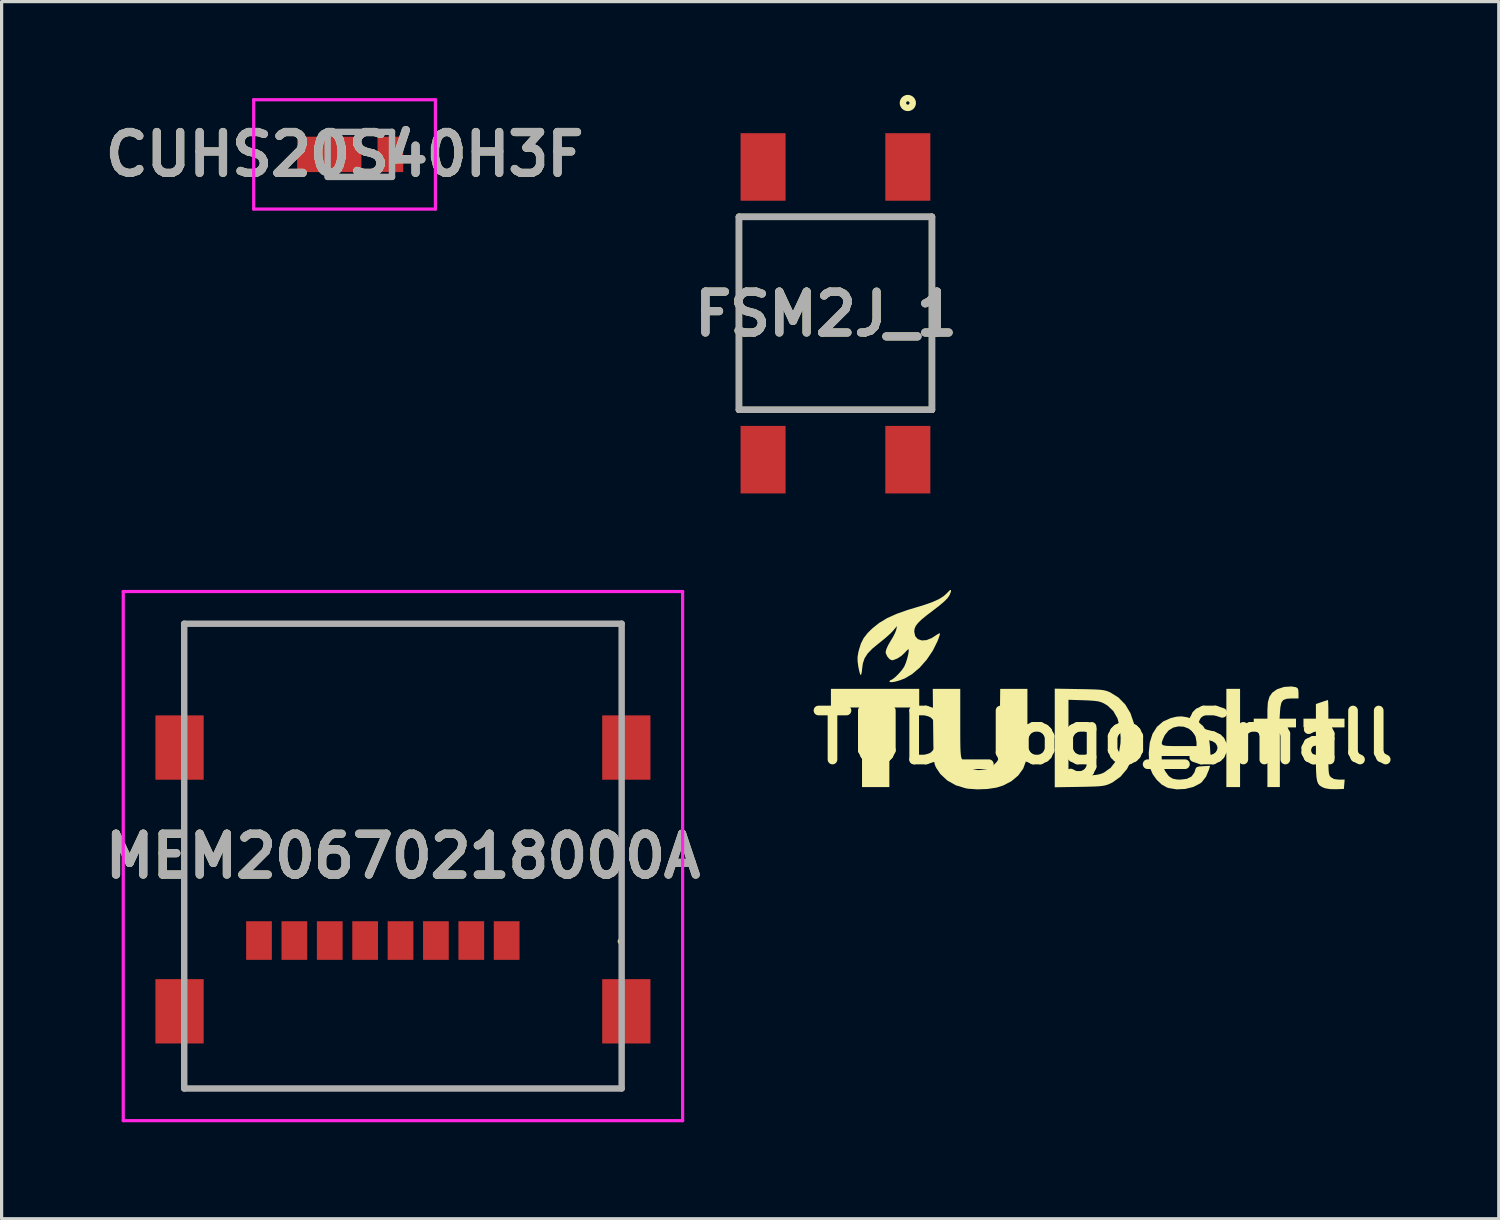
<source format=kicad_pcb>
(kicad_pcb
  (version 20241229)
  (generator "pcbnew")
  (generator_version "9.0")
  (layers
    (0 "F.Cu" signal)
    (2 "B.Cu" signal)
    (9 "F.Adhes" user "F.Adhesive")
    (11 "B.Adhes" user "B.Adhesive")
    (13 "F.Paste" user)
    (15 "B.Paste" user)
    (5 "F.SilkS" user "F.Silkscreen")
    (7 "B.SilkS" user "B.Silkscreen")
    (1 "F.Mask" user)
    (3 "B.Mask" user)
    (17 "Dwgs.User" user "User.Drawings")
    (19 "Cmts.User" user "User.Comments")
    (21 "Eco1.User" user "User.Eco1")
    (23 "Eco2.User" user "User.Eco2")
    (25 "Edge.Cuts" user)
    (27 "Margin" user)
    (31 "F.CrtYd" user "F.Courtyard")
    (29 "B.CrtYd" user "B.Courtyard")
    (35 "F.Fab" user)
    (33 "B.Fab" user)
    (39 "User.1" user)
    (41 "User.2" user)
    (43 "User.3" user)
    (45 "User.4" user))
  (footprint "MEM20670218000A"
    (layer "F.Cu")
    (at 9.477 28.391)
    (property "Reference" "MEM20670218000A" (at 0 -4.825 0) (layer "F.SilkS") (effects (font (size 1.27 1.27) (thickness 0.254))))
    (attr smd)
    (fp_line (start -6.8 -12.05) (end 6.8 -12.05) (stroke (width 0.1) (type solid)) (layer "F.SilkS"))
    (fp_line (start -6.8 -9.325) (end -6.8 -12.05) (stroke (width 0.1) (type solid)) (layer "F.SilkS"))
    (fp_line (start -6.8 -7.025) (end -6.8 -1.225) (stroke (width 0.1) (type solid)) (layer "F.SilkS"))
    (fp_line (start -6.8 1.275) (end -6.8 2.4) (stroke (width 0.1) (type solid)) (layer "F.SilkS"))
    (fp_line (start -6.8 2.4) (end 6.8 2.4) (stroke (width 0.1) (type solid)) (layer "F.SilkS"))
    (fp_line (start 6.775 -2.225) (end 6.775 -2.225) (stroke (width 0.1) (type solid)) (layer "F.SilkS"))
    (fp_line (start 6.775 -2.125) (end 6.775 -2.125) (stroke (width 0.1) (type solid)) (layer "F.SilkS"))
    (fp_line (start 6.8 -12.05) (end 6.8 -9.425) (stroke (width 0.1) (type solid)) (layer "F.SilkS"))
    (fp_line (start 6.8 -7.025) (end 6.8 -1.225) (stroke (width 0.1) (type solid)) (layer "F.SilkS"))
    (fp_line (start 6.8 2.4) (end 6.8 1.275) (stroke (width 0.1) (type solid)) (layer "F.SilkS"))
    (fp_arc (start 6.775 -2.225) (mid 6.825 -2.175) (end 6.775 -2.125) (stroke (width 0.1) (type solid)) (layer "F.SilkS"))
    (fp_arc (start 6.775 -2.125) (mid 6.725 -2.175) (end 6.775 -2.225) (stroke (width 0.1) (type solid)) (layer "F.SilkS"))
    (fp_line (start -8.695 -13.05) (end 8.695 -13.05) (stroke (width 0.1) (type solid)) (layer "F.CrtYd"))
    (fp_line (start -8.695 3.4) (end -8.695 -13.05) (stroke (width 0.1) (type solid)) (layer "F.CrtYd"))
    (fp_line (start 8.695 -13.05) (end 8.695 3.4) (stroke (width 0.1) (type solid)) (layer "F.CrtYd"))
    (fp_line (start 8.695 3.4) (end -8.695 3.4) (stroke (width 0.1) (type solid)) (layer "F.CrtYd"))
    (fp_line (start -6.8 -12.05) (end 6.8 -12.05) (stroke (width 0.2) (type solid)) (layer "F.Fab"))
    (fp_line (start -6.8 2.4) (end -6.8 -12.05) (stroke (width 0.2) (type solid)) (layer "F.Fab"))
    (fp_line (start 6.8 -12.05) (end 6.8 2.4) (stroke (width 0.2) (type solid)) (layer "F.Fab"))
    (fp_line (start 6.8 2.4) (end -6.8 2.4) (stroke (width 0.2) (type solid)) (layer "F.Fab"))
    (fp_text user "${REFERENCE}" (at 0 -4.825 0) (layer "F.Fab") (effects (font (size 1.27 1.27) (thickness 0.254))))
    (pad "MP1" smd rect (at -6.945 0) (size 1.5 2) (layers "F.Cu" "F.Mask" "F.Paste"))
    (pad "MP2" smd rect (at 6.945 0) (size 1.5 2) (layers "F.Cu" "F.Mask" "F.Paste"))
    (pad "MP3" smd rect (at 6.945 -8.2) (size 1.5 2) (layers "F.Cu" "F.Mask" "F.Paste"))
    (pad "MP4" smd rect (at -6.945 -8.2) (size 1.5 2) (layers "F.Cu" "F.Mask" "F.Paste"))
    (pad "P1" smd rect (at 3.225 -2.2) (size 0.8 1.2) (layers "F.Cu" "F.Mask" "F.Paste"))
    (pad "P2" smd rect (at 2.125 -2.2) (size 0.8 1.2) (layers "F.Cu" "F.Mask" "F.Paste"))
    (pad "P3" smd rect (at 1.025 -2.2) (size 0.8 1.2) (layers "F.Cu" "F.Mask" "F.Paste"))
    (pad "P4" smd rect (at -0.075 -2.2) (size 0.8 1.2) (layers "F.Cu" "F.Mask" "F.Paste"))
    (pad "P5" smd rect (at -1.175 -2.2) (size 0.8 1.2) (layers "F.Cu" "F.Mask" "F.Paste"))
    (pad "P6" smd rect (at -2.275 -2.2) (size 0.8 1.2) (layers "F.Cu" "F.Mask" "F.Paste"))
    (pad "P7" smd rect (at -3.375 -2.2) (size 0.8 1.2) (layers "F.Cu" "F.Mask" "F.Paste"))
    (pad "P8" smd rect (at -4.475 -2.2) (size 0.8 1.2) (layers "F.Cu" "F.Mask" "F.Paste")))
  (footprint "FSM2J_1"
    (layer "F.Cu")
    (at 22.924 6.691)
    (property "Reference" "FSM2J_1" (at -0.293 0.022 0) (layer "F.SilkS") (effects (font (size 1.27 1.27) (thickness 0.254))))
    (attr smd)
    (fp_line (start -3 -3) (end -3 3) (stroke (width 0.2) (type solid)) (layer "F.SilkS"))
    (fp_line (start -3 3) (end 3 3) (stroke (width 0.2) (type solid)) (layer "F.SilkS"))
    (fp_line (start 3 -3) (end -3 -3) (stroke (width 0.2) (type solid)) (layer "F.SilkS"))
    (fp_line (start 3 3) (end 3 -3) (stroke (width 0.2) (type solid)) (layer "F.SilkS"))
    (fp_circle (center 2.25 -6.539) (end 2.25 -6.487) (stroke (width 0.2) (type solid)) (fill no) (layer "F.SilkS"))
    (fp_line (start -3 -3) (end 3 -3) (stroke (width 0.2) (type solid)) (layer "F.Fab"))
    (fp_line (start -3 3) (end -3 -3) (stroke (width 0.2) (type solid)) (layer "F.Fab"))
    (fp_line (start 3 -3) (end 3 3) (stroke (width 0.2) (type solid)) (layer "F.Fab"))
    (fp_line (start 3 3) (end -3 3) (stroke (width 0.2) (type solid)) (layer "F.Fab"))
    (fp_text user "${REFERENCE}" (at -0.293 0.022 0) (layer "F.Fab") (effects (font (size 1.27 1.27) (thickness 0.254))))
    (pad "1" smd rect (at 2.25 -4.55) (size 1.4 2.1) (layers "F.Cu" "F.Mask" "F.Paste"))
    (pad "2" smd rect (at 2.25 4.55) (size 1.4 2.1) (layers "F.Cu" "F.Mask" "F.Paste"))
    (pad "3" smd rect (at -2.25 -4.55) (size 1.4 2.1) (layers "F.Cu" "F.Mask" "F.Paste"))
    (pad "4" smd rect (at -2.25 4.55) (size 1.4 2.1) (layers "F.Cu" "F.Mask" "F.Paste")))
  (footprint "CUHS20S40H3F"
    (layer "F.Cu")
    (at 8.137 1.75)
    (property "Reference" "CUHS20S40H3F" (at -0.475 0 0) (layer "F.SilkS") (effects (font (size 1.27 1.27) (thickness 0.254))))
    (attr smd)
    (fp_line (start -2.3 0.3) (end -2.3 0.3) (stroke (width 0.1) (type solid)) (layer "F.SilkS"))
    (fp_line (start -2.2 0.3) (end -2.2 0.3) (stroke (width 0.1) (type solid)) (layer "F.SilkS"))
    (fp_line (start -0.95 -0.7) (end 1 -0.7) (stroke (width 0.1) (type solid)) (layer "F.SilkS"))
    (fp_line (start -0.9 0.7) (end 0.9 0.7) (stroke (width 0.1) (type solid)) (layer "F.SilkS"))
    (fp_arc (start -2.3 0.3) (mid -2.25 0.25) (end -2.2 0.3) (stroke (width 0.1) (type solid)) (layer "F.SilkS"))
    (fp_arc (start -2.2 0.3) (mid -2.25 0.35) (end -2.3 0.3) (stroke (width 0.1) (type solid)) (layer "F.SilkS"))
    (fp_line (start -3.3 -1.7) (end 2.35 -1.7) (stroke (width 0.1) (type solid)) (layer "F.CrtYd"))
    (fp_line (start -3.3 1.7) (end -3.3 -1.7) (stroke (width 0.1) (type solid)) (layer "F.CrtYd"))
    (fp_line (start 2.35 -1.7) (end 2.35 1.7) (stroke (width 0.1) (type solid)) (layer "F.CrtYd"))
    (fp_line (start 2.35 1.7) (end -3.3 1.7) (stroke (width 0.1) (type solid)) (layer "F.CrtYd"))
    (fp_line (start -1 -0.7) (end 1 -0.7) (stroke (width 0.2) (type solid)) (layer "F.Fab"))
    (fp_line (start -1 0.7) (end -1 -0.7) (stroke (width 0.2) (type solid)) (layer "F.Fab"))
    (fp_line (start 1 -0.7) (end 1 0.7) (stroke (width 0.2) (type solid)) (layer "F.Fab"))
    (fp_line (start 1 0.7) (end -1 0.7) (stroke (width 0.2) (type solid)) (layer "F.Fab"))
    (fp_text user "${REFERENCE}" (at -0.475 0 0) (layer "F.Fab") (effects (font (size 1.27 1.27) (thickness 0.254))))
    (pad "1" smd rect (at -0.95 0 90) (size 1.1 2) (layers "F.Cu" "F.Mask" "F.Paste"))
    (pad "2" smd rect (at 0.95 0) (size 0.8 1.1) (layers "F.Cu" "F.Mask" "F.Paste")))
  (footprint "TUD_logo_Small"
    (layer "F.Cu")
    (at 31.25 19.874)
    (property "Reference" "TUD_logo_Small" (at 0 0 0) (layer "F.SilkS") (effects (font (size 1.524 1.524) (thickness 0.3))))
    (attr board_only exclude_from_pos_files exclude_from_bom)
    (fp_poly (pts (xy 4.253 1.546) (xy 3.827 1.546) (xy 3.827 -1.508) (xy 4.253 -1.508)) (stroke (width 0) (type solid)) (fill yes) (layer "F.SilkS"))
    (fp_poly (pts (xy -5.722 -0.928) (xy -6.65 -0.928) (xy -6.65 1.546) (xy -7.5 1.546) (xy -7.5 -0.928) (xy -8.467 -0.928) (xy -8.467 -1.508) (xy -5.722 -1.508)) (stroke (width 0) (type solid)) (fill yes) (layer "F.SilkS"))
    (fp_poly (pts (xy 5.983 -1.561) (xy 6.039 -1.533) (xy 6.064 -1.473) (xy 6.07 -1.373) (xy 6.07 -1.21) (xy 5.854 -1.21) (xy 5.699 -1.199) (xy 5.597 -1.16) (xy 5.538 -1.079) (xy 5.507 -0.942) (xy 5.497 -0.832) (xy 5.481 -0.58) (xy 5.992 -0.58) (xy 5.992 -0.309) (xy 5.49 -0.309) (xy 5.49 1.546) (xy 5.103 1.546) (xy 5.103 -0.309) (xy 4.678 -0.309) (xy 4.678 -0.58) (xy 5.103 -0.58) (xy 5.103 -0.86) (xy 5.118 -1.091) (xy 5.166 -1.262) (xy 5.254 -1.39) (xy 5.39 -1.487) (xy 5.411 -1.498) (xy 5.623 -1.568) (xy 5.85 -1.582)) (stroke (width 0) (type solid)) (fill yes) (layer "F.SilkS"))
    (fp_poly (pts (xy 6.991 -1.124) (xy 6.995 -1.03) (xy 6.998 -0.897) (xy 6.998 -0.87) (xy 6.998 -0.58) (xy 7.5 -0.58) (xy 7.5 -0.309) (xy 6.998 -0.309) (xy 6.998 0.425) (xy 6.998 0.682) (xy 7 0.874) (xy 7.005 1.01) (xy 7.014 1.104) (xy 7.028 1.165) (xy 7.049 1.206) (xy 7.075 1.237) (xy 7.171 1.295) (xy 7.315 1.314) (xy 7.329 1.314) (xy 7.505 1.314) (xy 7.481 1.604) (xy 7.23 1.613) (xy 7.055 1.609) (xy 6.91 1.586) (xy 6.858 1.569) (xy 6.781 1.532) (xy 6.722 1.49) (xy 6.678 1.434) (xy 6.648 1.352) (xy 6.628 1.236) (xy 6.617 1.075) (xy 6.612 0.859) (xy 6.611 0.577) (xy 6.611 0.513) (xy 6.611 -0.309) (xy 6.224 -0.309) (xy 6.224 -0.58) (xy 6.611 -0.58) (xy 6.611 -1.037) (xy 6.792 -1.098) (xy 6.898 -1.134) (xy 6.97 -1.156) (xy 6.985 -1.16)) (stroke (width 0) (type solid)) (fill yes) (layer "F.SilkS"))
    (fp_poly (pts (xy -0.744 -1.501) (xy -0.478 -1.496) (xy -0.276 -1.49) (xy -0.126 -1.482) (xy -0.014 -1.47) (xy 0.071 -1.452) (xy 0.144 -1.429) (xy 0.213 -1.4) (xy 0.472 -1.239) (xy 0.684 -1.022) (xy 0.845 -0.753) (xy 0.952 -0.441) (xy 1.001 -0.091) (xy 1.004 0.019) (xy 0.973 0.379) (xy 0.883 0.703) (xy 0.737 0.985) (xy 0.54 1.219) (xy 0.295 1.397) (xy 0.213 1.438) (xy 0.14 1.469) (xy 0.066 1.492) (xy -0.021 1.509) (xy -0.134 1.521) (xy -0.287 1.529) (xy -0.493 1.535) (xy -0.744 1.54) (xy -1.508 1.552) (xy -1.508 -1.168) (xy -1.082 -1.168) (xy -1.082 1.206) (xy -0.609 1.191) (xy -0.394 1.182) (xy -0.238 1.169) (xy -0.124 1.149) (xy -0.034 1.12) (xy 0.025 1.092) (xy 0.232 0.944) (xy 0.385 0.746) (xy 0.486 0.495) (xy 0.535 0.189) (xy 0.541 0.019) (xy 0.516 -0.315) (xy 0.441 -0.593) (xy 0.313 -0.816) (xy 0.132 -0.988) (xy 0.025 -1.053) (xy -0.059 -1.091) (xy -0.155 -1.118) (xy -0.279 -1.135) (xy -0.45 -1.147) (xy -0.609 -1.153) (xy -1.082 -1.168) (xy -1.508 -1.168) (xy -1.508 -1.514)) (stroke (width 0) (type solid)) (fill yes) (layer "F.SilkS"))
    (fp_poly (pts (xy -4.446 -0.45) (xy -4.446 -0.137) (xy -4.445 0.109) (xy -4.442 0.297) (xy -4.437 0.437) (xy -4.429 0.537) (xy -4.418 0.608) (xy -4.402 0.66) (xy -4.381 0.701) (xy -4.359 0.735) (xy -4.23 0.89) (xy -4.088 0.98) (xy -3.914 1.016) (xy -3.858 1.019) (xy -3.629 0.989) (xy -3.439 0.892) (xy -3.31 0.761) (xy -3.286 0.725) (xy -3.267 0.684) (xy -3.252 0.628) (xy -3.241 0.547) (xy -3.233 0.433) (xy -3.227 0.276) (xy -3.223 0.066) (xy -3.219 -0.205) (xy -3.216 -0.428) (xy -3.204 -1.508) (xy -2.358 -1.508) (xy -2.358 -0.485) (xy -2.36 -0.175) (xy -2.365 0.109) (xy -2.372 0.355) (xy -2.382 0.552) (xy -2.393 0.688) (xy -2.401 0.734) (xy -2.49 0.974) (xy -2.645 1.187) (xy -2.856 1.364) (xy -3.113 1.498) (xy -3.322 1.563) (xy -3.605 1.606) (xy -3.911 1.617) (xy -4.2 1.597) (xy -4.285 1.582) (xy -4.588 1.489) (xy -4.852 1.339) (xy -5.066 1.139) (xy -5.192 0.952) (xy -5.216 0.903) (xy -5.236 0.852) (xy -5.251 0.79) (xy -5.262 0.706) (xy -5.271 0.592) (xy -5.277 0.438) (xy -5.282 0.235) (xy -5.285 -0.026) (xy -5.289 -0.356) (xy -5.289 -0.358) (xy -5.301 -1.508) (xy -4.446 -1.508)) (stroke (width 0) (type solid)) (fill yes) (layer "F.SilkS"))
    (fp_poly (pts (xy 2.581 -0.63) (xy 2.697 -0.598) (xy 2.929 -0.498) (xy 3.104 -0.351) (xy 3.226 -0.152) (xy 3.297 0.103) (xy 3.317 0.28) (xy 3.335 0.58) (xy 1.817 0.58) (xy 1.818 0.706) (xy 1.847 0.871) (xy 1.92 1.043) (xy 2.022 1.187) (xy 2.069 1.231) (xy 2.163 1.285) (xy 2.284 1.31) (xy 2.397 1.314) (xy 2.599 1.29) (xy 2.744 1.217) (xy 2.833 1.092) (xy 2.853 1.032) (xy 2.876 0.961) (xy 2.913 0.923) (xy 2.985 0.905) (xy 3.103 0.897) (xy 3.32 0.885) (xy 3.289 0.996) (xy 3.196 1.221) (xy 3.066 1.389) (xy 3.013 1.432) (xy 2.8 1.542) (xy 2.548 1.604) (xy 2.284 1.617) (xy 2.031 1.576) (xy 1.982 1.56) (xy 1.818 1.468) (xy 1.662 1.321) (xy 1.536 1.143) (xy 1.465 0.977) (xy 1.439 0.845) (xy 1.421 0.672) (xy 1.414 0.494) (xy 1.414 0.483) (xy 1.446 0.165) (xy 1.818 0.165) (xy 1.826 0.218) (xy 1.877 0.25) (xy 1.98 0.265) (xy 2.143 0.27) (xy 2.358 0.271) (xy 2.9 0.271) (xy 2.9 0.153) (xy 2.868 -0.028) (xy 2.782 -0.171) (xy 2.655 -0.272) (xy 2.503 -0.33) (xy 2.339 -0.341) (xy 2.177 -0.304) (xy 2.031 -0.215) (xy 1.916 -0.073) (xy 1.893 -0.028) (xy 1.843 0.085) (xy 1.818 0.165) (xy 1.446 0.165) (xy 1.446 0.161) (xy 1.532 -0.111) (xy 1.671 -0.33) (xy 1.862 -0.494) (xy 2.092 -0.597) (xy 2.274 -0.642) (xy 2.424 -0.653)) (stroke (width 0) (type solid)) (fill yes) (layer "F.SilkS"))
    (fp_poly (pts (xy -4.735 -4.531) (xy -4.779 -4.421) (xy -4.78 -4.419) (xy -4.841 -4.329) (xy -4.949 -4.219) (xy -5.111 -4.083) (xy -5.276 -3.956) (xy -5.491 -3.793) (xy -5.65 -3.662) (xy -5.759 -3.556) (xy -5.828 -3.465) (xy -5.865 -3.381) (xy -5.876 -3.293) (xy -5.876 -3.282) (xy -5.846 -3.146) (xy -5.765 -3.055) (xy -5.643 -3.013) (xy -5.496 -3.023) (xy -5.334 -3.087) (xy -5.26 -3.134) (xy -5.165 -3.198) (xy -5.098 -3.233) (xy -5.078 -3.235) (xy -5.082 -3.193) (xy -5.111 -3.101) (xy -5.155 -2.986) (xy -5.302 -2.69) (xy -5.491 -2.412) (xy -5.709 -2.165) (xy -5.943 -1.966) (xy -6.166 -1.834) (xy -6.318 -1.775) (xy -6.458 -1.734) (xy -6.57 -1.715) (xy -6.637 -1.721) (xy -6.65 -1.738) (xy -6.621 -1.777) (xy -6.611 -1.778) (xy -6.55 -1.807) (xy -6.46 -1.879) (xy -6.359 -1.98) (xy -6.264 -2.089) (xy -6.193 -2.191) (xy -6.182 -2.212) (xy -6.139 -2.314) (xy -6.098 -2.441) (xy -6.066 -2.569) (xy -6.048 -2.675) (xy -6.049 -2.736) (xy -6.052 -2.74) (xy -6.083 -2.723) (xy -6.144 -2.662) (xy -6.173 -2.629) (xy -6.278 -2.531) (xy -6.405 -2.45) (xy -6.526 -2.403) (xy -6.571 -2.397) (xy -6.643 -2.43) (xy -6.712 -2.509) (xy -6.758 -2.606) (xy -6.766 -2.655) (xy -6.745 -2.739) (xy -6.691 -2.86) (xy -6.615 -2.991) (xy -6.614 -2.993) (xy -6.533 -3.128) (xy -6.47 -3.255) (xy -6.437 -3.344) (xy -6.412 -3.46) (xy -6.537 -3.312) (xy -6.624 -3.222) (xy -6.753 -3.106) (xy -6.9 -2.984) (xy -6.966 -2.933) (xy -7.175 -2.761) (xy -7.324 -2.608) (xy -7.42 -2.458) (xy -7.474 -2.299) (xy -7.493 -2.161) (xy -7.506 -2.04) (xy -7.525 -1.957) (xy -7.54 -1.933) (xy -7.561 -1.968) (xy -7.587 -2.06) (xy -7.614 -2.19) (xy -7.616 -2.201) (xy -7.638 -2.369) (xy -7.639 -2.503) (xy -7.615 -2.643) (xy -7.599 -2.71) (xy -7.534 -2.918) (xy -7.448 -3.087) (xy -7.326 -3.244) (xy -7.175 -3.392) (xy -6.965 -3.559) (xy -6.721 -3.706) (xy -6.429 -3.838) (xy -6.078 -3.962) (xy -5.871 -4.024) (xy -5.553 -4.121) (xy -5.301 -4.211) (xy -5.107 -4.299) (xy -4.962 -4.39) (xy -4.856 -4.487) (xy -4.847 -4.497) (xy -4.772 -4.573) (xy -4.733 -4.583)) (stroke (width 0) (type solid)) (fill yes) (layer "F.SilkS")))
  (gr_rect
    (start -3 -3)
    (end 43.546 34.841)
    (stroke (width 0.1) (type default))
    (fill no)
    (layer "Edge.Cuts")))
</source>
